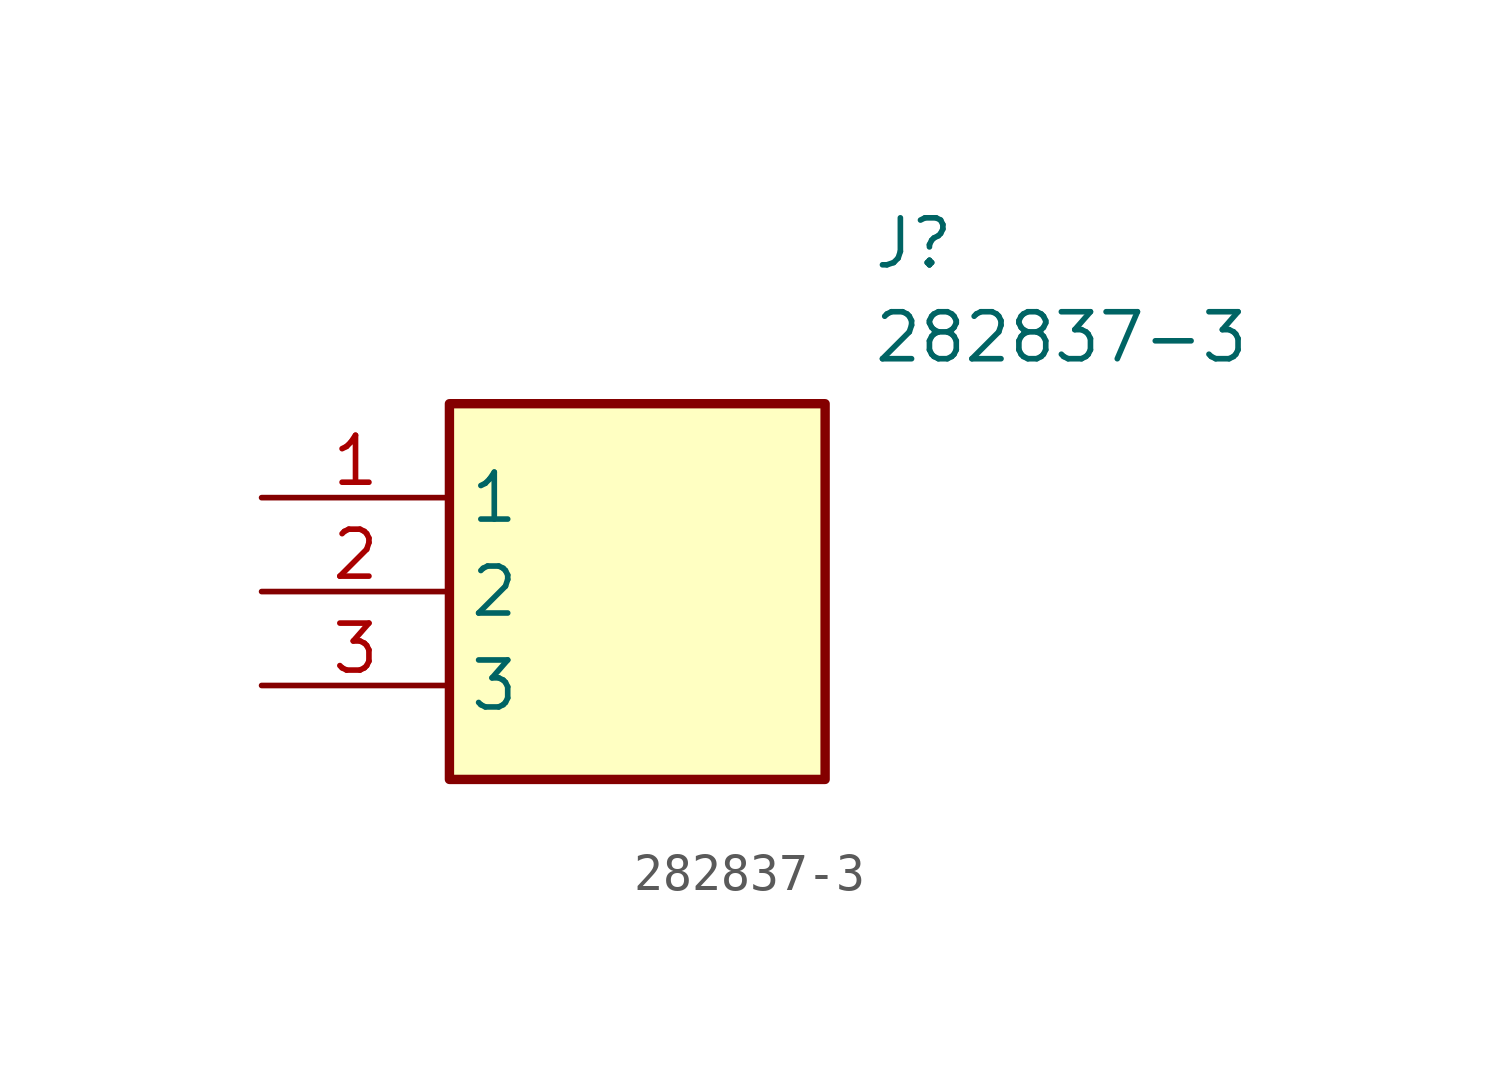
<source format=kicad_sym>
(kicad_symbol_lib
  (version 20211014)
  (generator SamacSys_ECAD_Model)
  (symbol "282837-3"
    (property "Reference" "J"
      (at 16.51 7.62 0)
      (effects (font (size 1.27 1.27)) (justify left top)))
    (property "Value" "282837-3"
      (at 16.51 5.08 0)
      (effects (font (size 1.27 1.27)) (justify left top)))
    (rectangle
      (start 5.08 2.54)
      (end 15.24 -7.62)
      (stroke (width 0.254) (type default))
      (fill (type background)))
    (pin passive line
      (at 0 0 0)
      (length 5.08)
      (name "1" (effects (font (size 1.27 1.27))))
      (number "1" (effects (font (size 1.27 1.27)))))
    (pin passive line
      (at 0 -2.54 0)
      (length 5.08)
      (name "2" (effects (font (size 1.27 1.27))))
      (number "2" (effects (font (size 1.27 1.27)))))
    (pin passive line
      (at 0 -5.08 0)
      (length 5.08)
      (name "3" (effects (font (size 1.27 1.27))))
      (number "3" (effects (font (size 1.27 1.27)))))))
</source>
